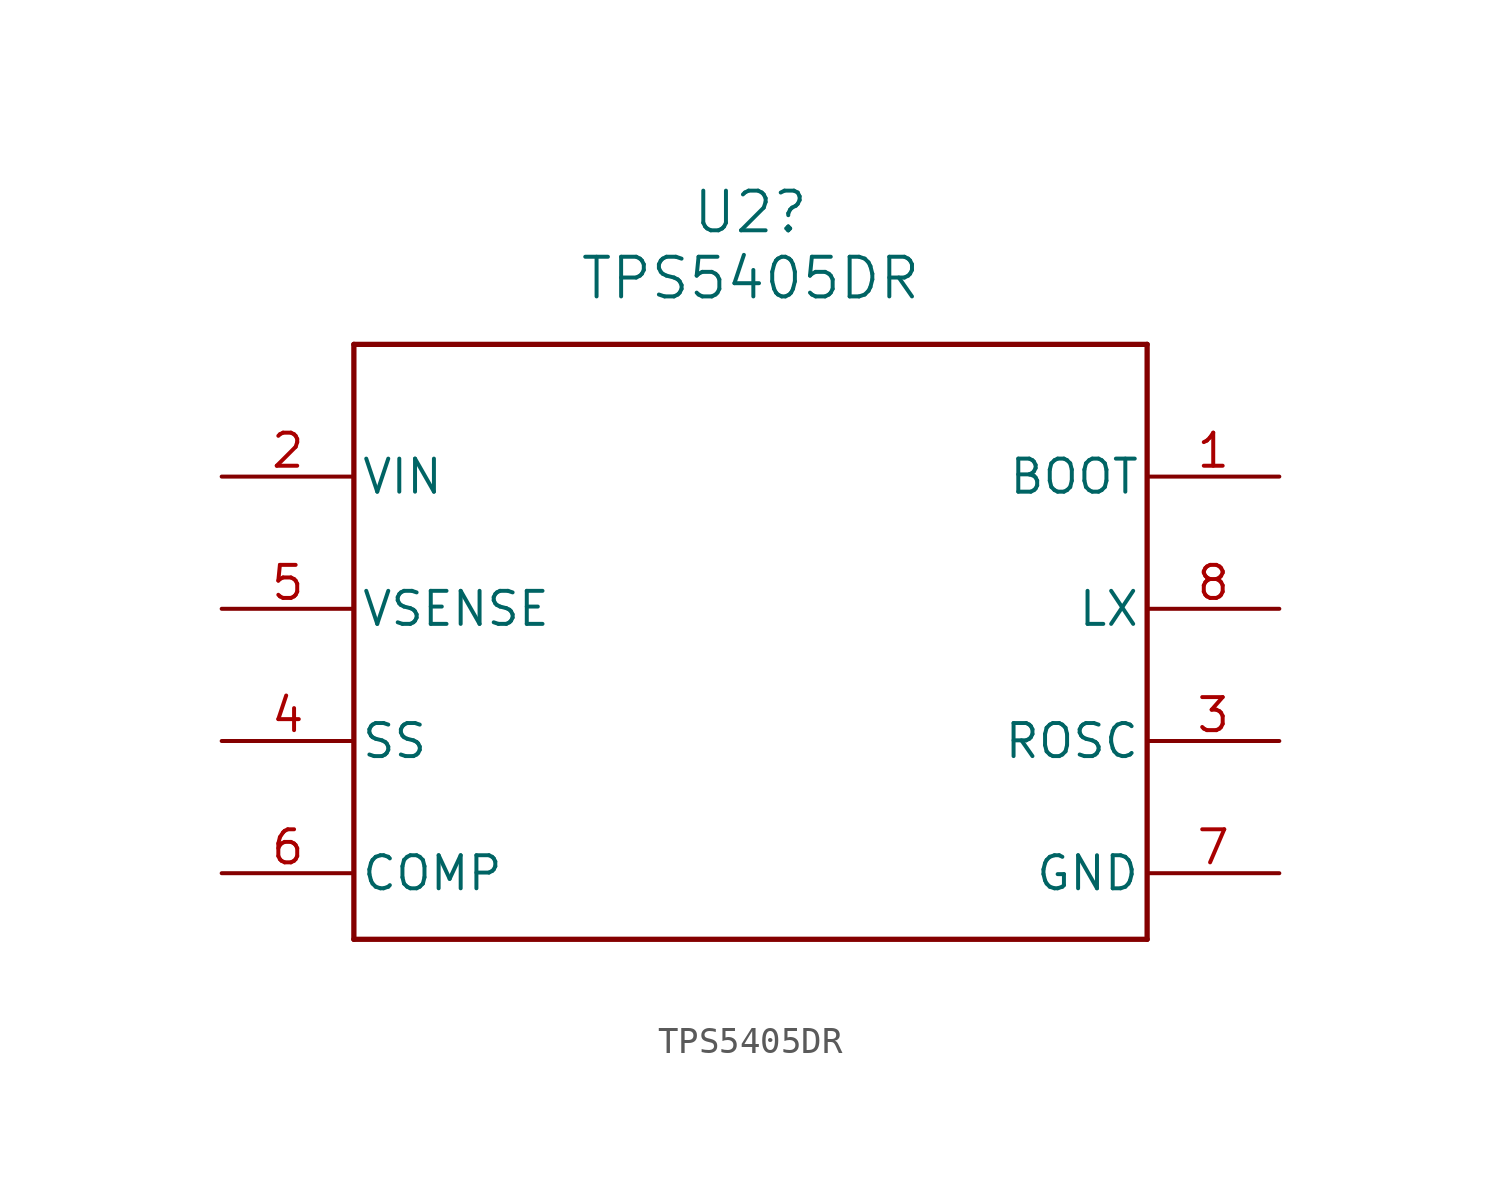
<source format=kicad_sym>
(kicad_symbol_lib
  (version 20241209)
  (generator "kicad_symbol_editor")
  (generator_version "9.0")
  (symbol "TPS5405DR"
    (pin_names
      (offset 0.254))
    (property "Reference" "U2"
      (at 20.32 10.16 0)
      (effects (font (size 1.524 1.524))))
    (property "Value" "TPS5405DR"
      (at 20.32 7.62 0)
      (effects (font (size 1.524 1.524))))
    (symbol "TPS5405DR_0_1"
      (polyline (pts (xy 5.08 5.08) (xy 5.08 -17.78)) (stroke (width 0.203) (type default)) (fill (type none)))
      (polyline (pts (xy 5.08 -17.78) (xy 35.56 -17.78)) (stroke (width 0.203) (type default)) (fill (type none)))
      (polyline (pts (xy 35.56 5.08) (xy 5.08 5.08)) (stroke (width 0.203) (type default)) (fill (type none)))
      (polyline (pts (xy 35.56 -17.78) (xy 35.56 5.08)) (stroke (width 0.203) (type default)) (fill (type none)))
      (pin power_in line (at 0 0 0) (length 5.08) (name "VIN" (effects (font (size 1.27 1.27)))) (number "2" (effects (font (size 1.27 1.27)))))
      (pin power_in line (at 0 -5.08 0) (length 5.08) (name "VSENSE" (effects (font (size 1.27 1.27)))) (number "5" (effects (font (size 1.27 1.27)))))
      (pin unspecified line (at 0 -10.16 0) (length 5.08) (name "SS" (effects (font (size 1.27 1.27)))) (number "4" (effects (font (size 1.27 1.27)))))
      (pin unspecified line (at 0 -15.24 0) (length 5.08) (name "COMP" (effects (font (size 1.27 1.27)))) (number "6" (effects (font (size 1.27 1.27)))))
      (pin unspecified line (at 40.64 0 180) (length 5.08) (name "BOOT" (effects (font (size 1.27 1.27)))) (number "1" (effects (font (size 1.27 1.27)))))
      (pin unspecified line (at 40.64 -5.08 180) (length 5.08) (name "LX" (effects (font (size 1.27 1.27)))) (number "8" (effects (font (size 1.27 1.27)))))
      (pin unspecified line (at 40.64 -10.16 180) (length 5.08) (name "ROSC" (effects (font (size 1.27 1.27)))) (number "3" (effects (font (size 1.27 1.27)))))
      (pin power_in line (at 40.64 -15.24 180) (length 5.08) (name "GND" (effects (font (size 1.27 1.27)))) (number "7" (effects (font (size 1.27 1.27))))))))
</source>
